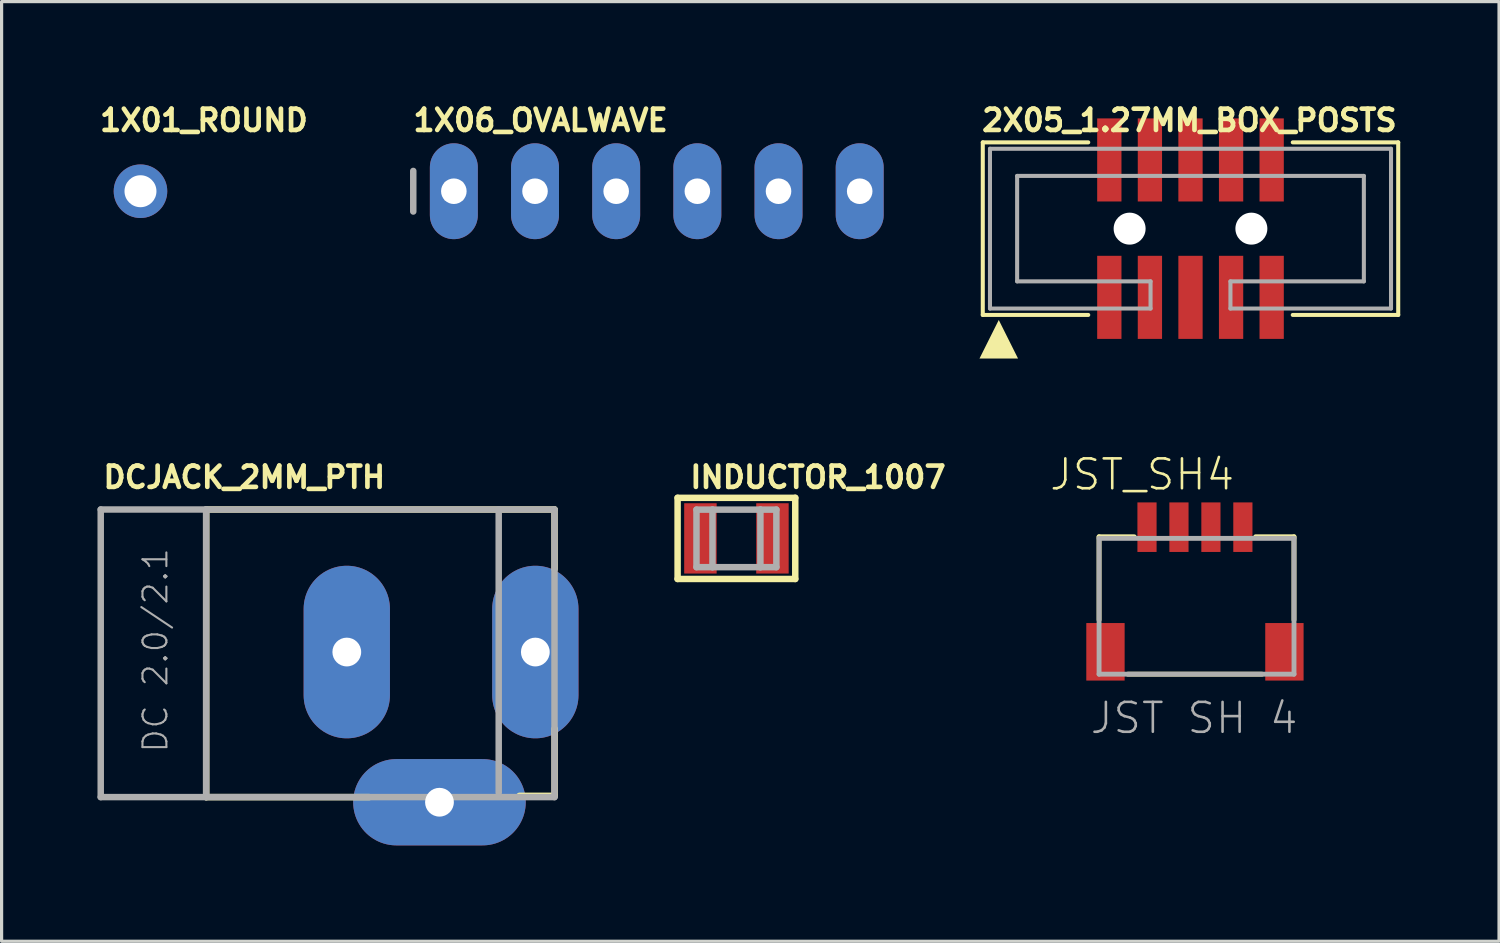
<source format=kicad_pcb>
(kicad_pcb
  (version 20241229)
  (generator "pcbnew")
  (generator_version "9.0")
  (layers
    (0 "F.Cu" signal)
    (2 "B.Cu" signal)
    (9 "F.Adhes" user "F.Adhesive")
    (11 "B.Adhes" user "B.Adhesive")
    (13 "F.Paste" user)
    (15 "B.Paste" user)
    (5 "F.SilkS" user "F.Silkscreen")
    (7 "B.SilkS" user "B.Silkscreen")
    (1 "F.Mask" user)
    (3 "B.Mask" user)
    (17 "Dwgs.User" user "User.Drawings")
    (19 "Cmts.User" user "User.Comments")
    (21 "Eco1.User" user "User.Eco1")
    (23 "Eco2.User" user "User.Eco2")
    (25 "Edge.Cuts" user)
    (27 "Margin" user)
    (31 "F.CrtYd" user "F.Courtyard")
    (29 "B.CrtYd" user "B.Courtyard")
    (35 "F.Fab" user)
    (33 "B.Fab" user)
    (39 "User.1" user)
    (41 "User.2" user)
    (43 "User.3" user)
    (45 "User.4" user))
  (footprint "1X06_OVALWAVE"
    (layer "F.Cu")
    (at 17.502 2.934)
    (property "Reference" "1X06_OVALWAVE" (at -7.696 -1.829 0) (layer "F.SilkS") (effects (font (size 0.666 0.666) (thickness 0.146)) (justify left bottom)))
    (fp_line (start -7.62 -0.635) (end -7.62 0.635) (stroke (width 0.203) (type solid)) (layer "F.Fab"))
    (fp_poly (pts (xy -6.604 0.254) (xy -6.096 0.254) (xy -6.096 -0.254) (xy -6.604 -0.254)) (stroke (width 0.1) (type default)) (fill no) (layer "F.Fab"))
    (fp_poly (pts (xy -4.064 0.254) (xy -3.556 0.254) (xy -3.556 -0.254) (xy -4.064 -0.254)) (stroke (width 0.1) (type default)) (fill no) (layer "F.Fab"))
    (fp_poly (pts (xy -1.524 0.254) (xy -1.016 0.254) (xy -1.016 -0.254) (xy -1.524 -0.254)) (stroke (width 0.1) (type default)) (fill no) (layer "F.Fab"))
    (fp_poly (pts (xy 1.016 0.254) (xy 1.524 0.254) (xy 1.524 -0.254) (xy 1.016 -0.254)) (stroke (width 0.1) (type default)) (fill no) (layer "F.Fab"))
    (fp_poly (pts (xy 3.556 0.254) (xy 4.064 0.254) (xy 4.064 -0.254) (xy 3.556 -0.254)) (stroke (width 0.1) (type default)) (fill no) (layer "F.Fab"))
    (fp_poly (pts (xy 6.096 0.254) (xy 6.604 0.254) (xy 6.604 -0.254) (xy 6.096 -0.254)) (stroke (width 0.1) (type default)) (fill no) (layer "F.Fab"))
    (pad "1" thru_hole oval (at -6.35 0 90) (size 3 1.5) (drill 0.8) (layers "*.Cu" "*.Mask"))
    (pad "2" thru_hole oval (at -3.81 0 90) (size 3 1.5) (drill 0.8) (layers "*.Cu" "*.Mask"))
    (pad "3" thru_hole oval (at -1.27 0 90) (size 3 1.5) (drill 0.8) (layers "*.Cu" "*.Mask"))
    (pad "4" thru_hole oval (at 1.27 0 90) (size 3 1.5) (drill 0.8) (layers "*.Cu" "*.Mask"))
    (pad "5" thru_hole oval (at 3.81 0 90) (size 3 1.5) (drill 0.8) (layers "*.Cu" "*.Mask"))
    (pad "6" thru_hole oval (at 6.35 0 90) (size 3 1.5) (drill 0.8) (layers "*.Cu" "*.Mask")))
  (footprint "DCJACK_2MM_PTH"
    (layer "F.Cu")
    (at 10.702 19.894)
    (property "Reference" "DCJACK_2MM_PTH" (at -10.596 -7.62 0) (layer "F.SilkS") (effects (font (size 0.666 0.666) (thickness 0.146)) (justify left bottom)))
    (fp_line (start -7.3 -7) (end -7.3 2) (stroke (width 0.203) (type solid)) (layer "F.SilkS"))
    (fp_line (start -7.3 -7) (end 3.6 -7) (stroke (width 0.203) (type solid)) (layer "F.SilkS"))
    (fp_line (start -7.3 2) (end -2.2 2) (stroke (width 0.203) (type solid)) (layer "F.SilkS"))
    (fp_line (start 3.6 -7) (end 3.604 -5.14) (stroke (width 0.203) (type solid)) (layer "F.SilkS"))
    (fp_line (start 3.604 1.96) (end 2.504 1.96) (stroke (width 0.203) (type solid)) (layer "F.SilkS"))
    (fp_line (start 3.604 1.96) (end 3.604 -0.14) (stroke (width 0.203) (type solid)) (layer "F.SilkS"))
    (fp_line (start -10.6 2) (end -10.6 -7) (stroke (width 0.203) (type solid)) (layer "F.Fab"))
    (fp_line (start -10.6 2) (end -7.3 2) (stroke (width 0.203) (type solid)) (layer "F.Fab"))
    (fp_line (start -7.3 -7) (end -10.6 -7) (stroke (width 0.203) (type solid)) (layer "F.Fab"))
    (fp_line (start -7.3 -7) (end -7.3 2) (stroke (width 0.203) (type solid)) (layer "F.Fab"))
    (fp_line (start -7.3 -7) (end 1.854 -7) (stroke (width 0.203) (type solid)) (layer "F.Fab"))
    (fp_line (start 1.854 -7) (end 1.854 1.86) (stroke (width 0.203) (type solid)) (layer "F.Fab"))
    (fp_line (start 1.854 -7) (end 3.6 -7) (stroke (width 0.203) (type solid)) (layer "F.Fab"))
    (fp_line (start 3.6 -7) (end 3.6 2) (stroke (width 0.203) (type solid)) (layer "F.Fab"))
    (fp_line (start 3.6 2) (end -7.3 2) (stroke (width 0.203) (type solid)) (layer "F.Fab"))
    (fp_text user "DC 2.0/2.1" (at -9.326 -5.842 90) (layer "F.Fab") (effects (font (size 0.748 0.748) (thickness 0.065)) (justify right top)))
    (pad "GND" thru_hole oval (at -2.9 -2.54 270) (size 5.4 2.7) (drill 0.9) (layers "*.Cu" "*.Mask"))
    (pad "GNDBREAK" thru_hole oval (at 0 2.16) (size 5.4 2.7) (drill 0.9) (layers "*.Cu" "*.Mask"))
    (pad "PWR" thru_hole oval (at 3 -2.54 270) (size 5.4 2.7) (drill 0.9) (layers "*.Cu" "*.Mask")))
  (footprint "INDUCTOR_1007"
    (layer "F.Cu")
    (at 19.995 13.798)
    (property "Reference" "INDUCTOR_1007" (at -1.524 -1.524 0) (layer "F.SilkS") (effects (font (size 0.666 0.666) (thickness 0.146)) (justify left bottom)))
    (fp_line (start -1.841 -1.27) (end 1.841 -1.27) (stroke (width 0.203) (type solid)) (layer "F.SilkS"))
    (fp_line (start -1.841 1.27) (end -1.841 -1.27) (stroke (width 0.203) (type solid)) (layer "F.SilkS"))
    (fp_line (start 1.841 -1.27) (end 1.841 1.27) (stroke (width 0.203) (type solid)) (layer "F.SilkS"))
    (fp_line (start 1.841 1.27) (end -1.841 1.27) (stroke (width 0.203) (type solid)) (layer "F.SilkS"))
    (fp_line (start -1.25 -0.9) (end -0.75 -0.9) (stroke (width 0.203) (type solid)) (layer "F.Fab"))
    (fp_line (start -1.25 0.9) (end -1.25 -0.9) (stroke (width 0.203) (type solid)) (layer "F.Fab"))
    (fp_line (start -1.25 0.9) (end -0.75 0.9) (stroke (width 0.203) (type solid)) (layer "F.Fab"))
    (fp_line (start -0.75 -0.9) (end 0.75 -0.9) (stroke (width 0.203) (type solid)) (layer "F.Fab"))
    (fp_line (start -0.75 0.9) (end -0.75 -0.9) (stroke (width 0.203) (type solid)) (layer "F.Fab"))
    (fp_line (start -0.75 0.9) (end 0.75 0.9) (stroke (width 0.203) (type solid)) (layer "F.Fab"))
    (fp_line (start 0.75 -0.9) (end 1.25 -0.9) (stroke (width 0.203) (type solid)) (layer "F.Fab"))
    (fp_line (start 0.75 0.9) (end 0.75 -0.9) (stroke (width 0.203) (type solid)) (layer "F.Fab"))
    (fp_line (start 0.75 0.9) (end 1.25 0.9) (stroke (width 0.203) (type solid)) (layer "F.Fab"))
    (fp_line (start 1.25 0.9) (end 1.25 -0.9) (stroke (width 0.203) (type solid)) (layer "F.Fab"))
    (pad "P$1" smd rect (at -1.127 0) (size 1.016 2.2) (layers "F.Cu" "F.Mask" "F.Paste"))
    (pad "P$2" smd rect (at 1.127 0) (size 1.016 2.2) (layers "F.Cu" "F.Mask" "F.Paste")))
  (footprint "JST_SH4"
    (layer "F.Cu")
    (at 34.343 15.453)
    (property "Reference" "JST_SH4" (at -4.6 -3.106 0) (layer "F.SilkS") (effects (font (size 0.935 0.935) (thickness 0.081)) (justify left bottom)))
    (fp_line (start -3 -1.706) (end -1.9 -1.706) (stroke (width 0.152) (type solid)) (layer "F.SilkS"))
    (fp_line (start -3 0.894) (end -3 -1.706) (stroke (width 0.152) (type solid)) (layer "F.SilkS"))
    (fp_line (start -2.1 2.594) (end 2.1 2.594) (stroke (width 0.152) (type solid)) (layer "F.SilkS"))
    (fp_line (start 1.9 -1.706) (end 3.1 -1.706) (stroke (width 0.152) (type solid)) (layer "F.SilkS"))
    (fp_line (start 3.1 -1.706) (end 3.1 0.894) (stroke (width 0.152) (type solid)) (layer "F.SilkS"))
    (fp_line (start -3 -1.656) (end 3.1 -1.656) (stroke (width 0.152) (type solid)) (layer "F.Fab"))
    (fp_line (start -3 2.594) (end -3 -1.656) (stroke (width 0.152) (type solid)) (layer "F.Fab"))
    (fp_line (start 3.1 -1.656) (end 3.1 2.594) (stroke (width 0.152) (type solid)) (layer "F.Fab"))
    (fp_line (start 3.1 2.594) (end -3 2.594) (stroke (width 0.152) (type solid)) (layer "F.Fab"))
    (fp_text user "JST SH 4" (at -3.33 4.514 0) (layer "F.Fab") (effects (font (size 0.935 0.935) (thickness 0.081)) (justify left bottom)))
    (pad "1" smd rect (at -1.5 -2.006 90) (size 1.55 0.6) (layers "F.Cu" "F.Mask" "F.Paste"))
    (pad "2" smd rect (at -0.5 -2.006 90) (size 1.55 0.6) (layers "F.Cu" "F.Mask" "F.Paste"))
    (pad "3" smd rect (at 0.5 -2.006 90) (size 1.55 0.6) (layers "F.Cu" "F.Mask" "F.Paste"))
    (pad "4" smd rect (at 1.5 -2.006 90) (size 1.55 0.6) (layers "F.Cu" "F.Mask" "F.Paste"))
    (pad "MT1" smd rect (at -2.8 1.894 90) (size 1.8 1.2) (layers "F.Cu" "F.Mask" "F.Paste"))
    (pad "MT2" smd rect (at 2.8 1.894 90) (size 1.8 1.2) (layers "F.Cu" "F.Mask" "F.Paste")))
  (footprint "2X05_1.27MM_BOX_POSTS"
    (layer "F.Cu")
    (at 34.204 4.105)
    (property "Reference" "2X05_1.27MM_BOX_POSTS" (at -6.6 -3 0) (layer "F.SilkS") (effects (font (size 0.666 0.666) (thickness 0.146)) (justify left bottom)))
    (fp_line (start -6.5 -2.7) (end -6.5 2.7) (stroke (width 0.127) (type solid)) (layer "F.SilkS"))
    (fp_line (start -6.5 2.7) (end -3.2 2.7) (stroke (width 0.127) (type solid)) (layer "F.SilkS"))
    (fp_line (start -3.2 -2.7) (end -6.5 -2.7) (stroke (width 0.127) (type solid)) (layer "F.SilkS"))
    (fp_line (start 3.2 -2.7) (end 6.5 -2.7) (stroke (width 0.127) (type solid)) (layer "F.SilkS"))
    (fp_line (start 6.5 -2.7) (end 6.5 2.7) (stroke (width 0.127) (type solid)) (layer "F.SilkS"))
    (fp_line (start 6.5 2.7) (end 3.2 2.7) (stroke (width 0.127) (type solid)) (layer "F.SilkS"))
    (fp_poly (pts (xy -5.397 4.064) (xy -6.603 4.064) (xy -6 2.858)) (stroke (width 0) (type default)) (fill yes) (layer "F.SilkS"))
    (fp_line (start -6.275 -2.5) (end 6.275 -2.5) (stroke (width 0.127) (type solid)) (layer "F.Fab"))
    (fp_line (start -6.275 2.5) (end -6.275 -2.5) (stroke (width 0.127) (type solid)) (layer "F.Fab"))
    (fp_line (start -5.425 -1.65) (end 5.425 -1.65) (stroke (width 0.127) (type solid)) (layer "F.Fab"))
    (fp_line (start -5.425 1.65) (end -5.425 -1.65) (stroke (width 0.127) (type solid)) (layer "F.Fab"))
    (fp_line (start -1.25 1.65) (end -5.425 1.65) (stroke (width 0.127) (type solid)) (layer "F.Fab"))
    (fp_line (start -1.25 1.65) (end -1.25 2.5) (stroke (width 0.127) (type solid)) (layer "F.Fab"))
    (fp_line (start -1.25 2.5) (end -6.275 2.5) (stroke (width 0.127) (type solid)) (layer "F.Fab"))
    (fp_line (start 1.25 1.65) (end 1.25 2.5) (stroke (width 0.127) (type solid)) (layer "F.Fab"))
    (fp_line (start 5.425 -1.65) (end 5.425 1.65) (stroke (width 0.127) (type solid)) (layer "F.Fab"))
    (fp_line (start 5.425 1.65) (end 1.25 1.65) (stroke (width 0.127) (type solid)) (layer "F.Fab"))
    (fp_line (start 6.275 -2.5) (end 6.275 2.5) (stroke (width 0.127) (type solid)) (layer "F.Fab"))
    (fp_line (start 6.275 2.5) (end 1.25 2.5) (stroke (width 0.127) (type solid)) (layer "F.Fab"))
    (pad "" np_thru_hole circle (at -1.905 0) (size 1 1) (drill 1) (layers "*.Cu" "*.Mask"))
    (pad "" np_thru_hole circle (at 1.905 0) (size 1 1) (drill 1) (layers "*.Cu" "*.Mask"))
    (pad "1" smd rect (at -2.54 2.15) (size 0.76 2.6) (layers "F.Cu" "F.Mask" "F.Paste"))
    (pad "2" smd rect (at -2.54 -2.15) (size 0.76 2.6) (layers "F.Cu" "F.Mask" "F.Paste"))
    (pad "3" smd rect (at -1.27 2.15) (size 0.76 2.6) (layers "F.Cu" "F.Mask" "F.Paste"))
    (pad "4" smd rect (at -1.27 -2.15) (size 0.76 2.6) (layers "F.Cu" "F.Mask" "F.Paste"))
    (pad "5" smd rect (at 0 2.15) (size 0.76 2.6) (layers "F.Cu" "F.Mask" "F.Paste"))
    (pad "6" smd rect (at 0 -2.15) (size 0.76 2.6) (layers "F.Cu" "F.Mask" "F.Paste"))
    (pad "7" smd rect (at 1.27 2.15) (size 0.76 2.6) (layers "F.Cu" "F.Mask" "F.Paste"))
    (pad "8" smd rect (at 1.27 -2.15) (size 0.76 2.6) (layers "F.Cu" "F.Mask" "F.Paste"))
    (pad "9" smd rect (at 2.54 2.15) (size 0.76 2.6) (layers "F.Cu" "F.Mask" "F.Paste"))
    (pad "10" smd rect (at 2.54 -2.15) (size 0.76 2.6) (layers "F.Cu" "F.Mask" "F.Paste")))
  (footprint "1X01_ROUND"
    (layer "F.Cu")
    (at 1.346 2.934)
    (property "Reference" "1X01_ROUND" (at -1.346 -1.829 0) (layer "F.SilkS") (effects (font (size 0.666 0.666) (thickness 0.146)) (justify left bottom)))
    (fp_poly (pts (xy -0.254 0.254) (xy 0.254 0.254) (xy 0.254 -0.254) (xy -0.254 -0.254)) (stroke (width 0.1) (type default)) (fill no) (layer "F.Fab"))
    (pad "1" thru_hole circle (at 0 0 90) (size 1.676 1.676) (drill 1) (layers "*.Cu" "*.Mask")))
  (gr_rect
    (start -3 -3)
    (end 43.859 26.404)
    (stroke (width 0.1) (type default))
    (fill no)
    (layer "Edge.Cuts")))
</source>
